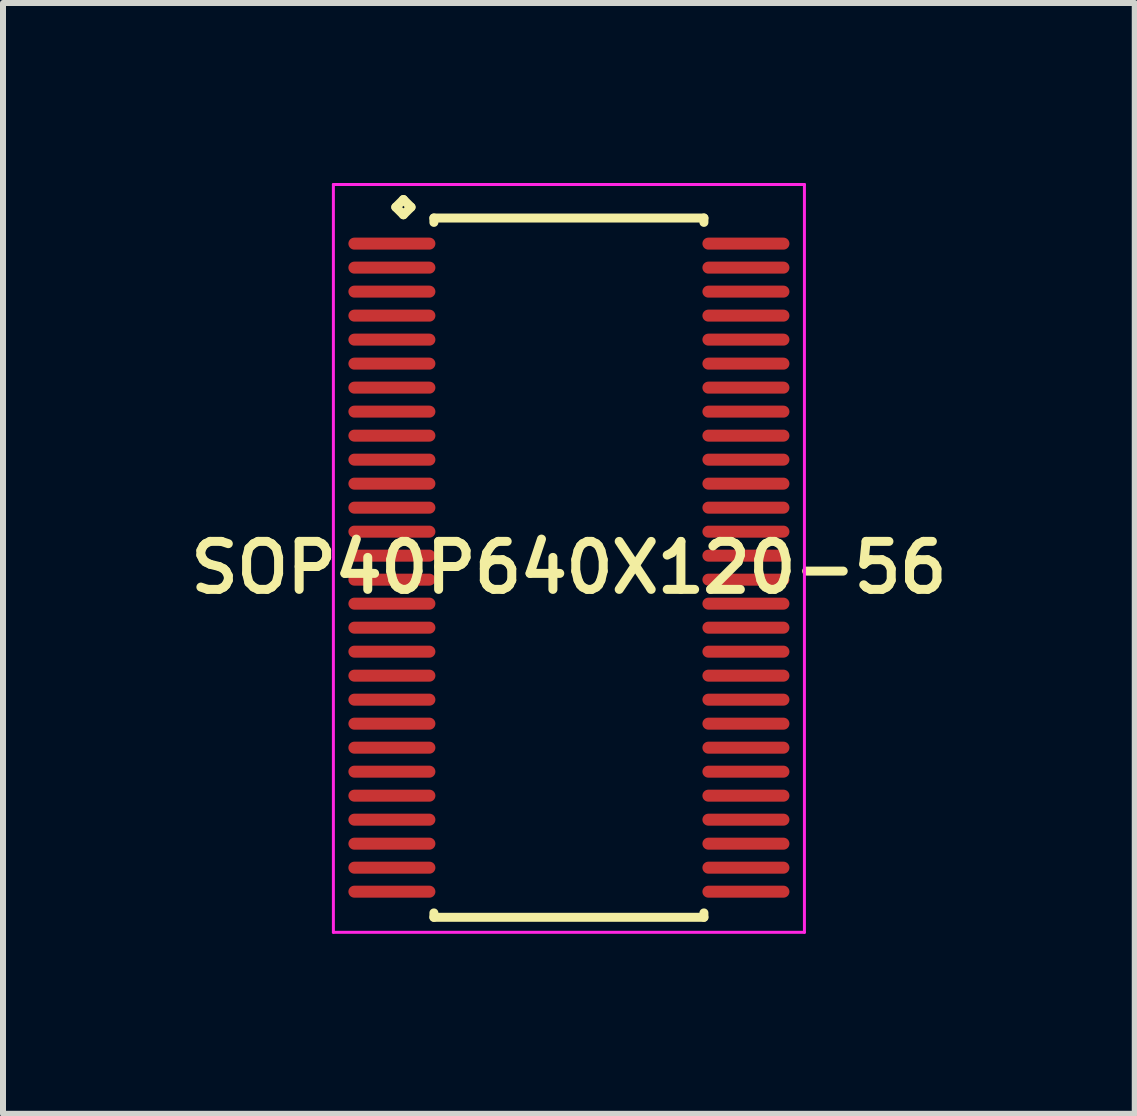
<source format=kicad_pcb>
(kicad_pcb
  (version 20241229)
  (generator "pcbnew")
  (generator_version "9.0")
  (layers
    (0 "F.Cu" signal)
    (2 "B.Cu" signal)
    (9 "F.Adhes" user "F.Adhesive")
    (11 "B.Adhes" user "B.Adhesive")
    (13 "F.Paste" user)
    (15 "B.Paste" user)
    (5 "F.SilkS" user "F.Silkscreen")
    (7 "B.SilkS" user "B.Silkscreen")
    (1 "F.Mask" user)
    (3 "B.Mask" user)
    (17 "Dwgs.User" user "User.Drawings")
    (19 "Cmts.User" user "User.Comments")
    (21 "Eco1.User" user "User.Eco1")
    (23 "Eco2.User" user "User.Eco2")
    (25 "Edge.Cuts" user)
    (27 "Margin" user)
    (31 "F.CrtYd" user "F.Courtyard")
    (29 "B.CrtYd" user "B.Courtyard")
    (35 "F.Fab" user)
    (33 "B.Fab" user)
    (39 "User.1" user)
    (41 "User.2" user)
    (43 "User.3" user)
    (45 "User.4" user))
  (footprint "SOP40P640X120-56"
    (layer "F.Cu")
    (at 6.431 6.41)
    (property "Reference" "SOP40P640X120-56" (at 0 0 0) (layer "F.SilkS") (effects (font (size 0.8 0.8) (thickness 0.15))))
    (attr smd)
    (fp_line (start -2.885 -6.008) (end -2.758 -6.135) (stroke (width 0.15) (type solid)) (layer "F.SilkS"))
    (fp_line (start -2.758 -6.135) (end -2.631 -6.008) (stroke (width 0.15) (type solid)) (layer "F.SilkS"))
    (fp_line (start -2.758 -5.881) (end -2.885 -6.008) (stroke (width 0.15) (type solid)) (layer "F.SilkS"))
    (fp_line (start -2.631 -6.008) (end -2.758 -5.881) (stroke (width 0.15) (type solid)) (layer "F.SilkS"))
    (fp_line (start -2.25 -5.827) (end 2.25 -5.827) (stroke (width 0.15) (type solid)) (layer "F.SilkS"))
    (fp_line (start -2.25 -5.754) (end -2.25 -5.827) (stroke (width 0.15) (type solid)) (layer "F.SilkS"))
    (fp_line (start -2.25 5.754) (end -2.25 5.827) (stroke (width 0.15) (type solid)) (layer "F.SilkS"))
    (fp_line (start -2.25 5.827) (end 2.25 5.827) (stroke (width 0.15) (type solid)) (layer "F.SilkS"))
    (fp_line (start 2.25 -5.827) (end 2.25 -5.754) (stroke (width 0.15) (type solid)) (layer "F.SilkS"))
    (fp_line (start 2.25 5.827) (end 2.25 5.754) (stroke (width 0.15) (type solid)) (layer "F.SilkS"))
    (fp_line (start -3.925 -6.385) (end 3.925 -6.385) (stroke (width 0.05) (type solid)) (layer "F.CrtYd"))
    (fp_line (start -3.925 6.077) (end -3.925 -6.385) (stroke (width 0.05) (type solid)) (layer "F.CrtYd"))
    (fp_line (start 3.925 -6.385) (end 3.925 6.077) (stroke (width 0.05) (type solid)) (layer "F.CrtYd"))
    (fp_line (start 3.925 6.077) (end -3.925 6.077) (stroke (width 0.05) (type solid)) (layer "F.CrtYd"))
    (pad "1" smd oval (at -2.95 -5.4) (size 1.45 0.2) (layers "F.Cu" "F.Mask" "F.Paste"))
    (pad "2" smd oval (at -2.95 -5) (size 1.45 0.2) (layers "F.Cu" "F.Mask" "F.Paste"))
    (pad "3" smd oval (at -2.95 -4.6) (size 1.45 0.2) (layers "F.Cu" "F.Mask" "F.Paste"))
    (pad "4" smd oval (at -2.95 -4.2) (size 1.45 0.2) (layers "F.Cu" "F.Mask" "F.Paste"))
    (pad "5" smd oval (at -2.95 -3.8) (size 1.45 0.2) (layers "F.Cu" "F.Mask" "F.Paste"))
    (pad "6" smd oval (at -2.95 -3.4) (size 1.45 0.2) (layers "F.Cu" "F.Mask" "F.Paste"))
    (pad "7" smd oval (at -2.95 -3) (size 1.45 0.2) (layers "F.Cu" "F.Mask" "F.Paste"))
    (pad "8" smd oval (at -2.95 -2.6) (size 1.45 0.2) (layers "F.Cu" "F.Mask" "F.Paste"))
    (pad "9" smd oval (at -2.95 -2.2) (size 1.45 0.2) (layers "F.Cu" "F.Mask" "F.Paste"))
    (pad "10" smd oval (at -2.95 -1.8) (size 1.45 0.2) (layers "F.Cu" "F.Mask" "F.Paste"))
    (pad "11" smd oval (at -2.95 -1.4) (size 1.45 0.2) (layers "F.Cu" "F.Mask" "F.Paste"))
    (pad "12" smd oval (at -2.95 -1) (size 1.45 0.2) (layers "F.Cu" "F.Mask" "F.Paste"))
    (pad "13" smd oval (at -2.95 -0.6) (size 1.45 0.2) (layers "F.Cu" "F.Mask" "F.Paste"))
    (pad "14" smd oval (at -2.95 -0.2) (size 1.45 0.2) (layers "F.Cu" "F.Mask" "F.Paste"))
    (pad "15" smd oval (at -2.95 0.2) (size 1.45 0.2) (layers "F.Cu" "F.Mask" "F.Paste"))
    (pad "16" smd oval (at -2.95 0.6) (size 1.45 0.2) (layers "F.Cu" "F.Mask" "F.Paste"))
    (pad "17" smd oval (at -2.95 1) (size 1.45 0.2) (layers "F.Cu" "F.Mask" "F.Paste"))
    (pad "18" smd oval (at -2.95 1.4) (size 1.45 0.2) (layers "F.Cu" "F.Mask" "F.Paste"))
    (pad "19" smd oval (at -2.95 1.8) (size 1.45 0.2) (layers "F.Cu" "F.Mask" "F.Paste"))
    (pad "20" smd oval (at -2.95 2.2) (size 1.45 0.2) (layers "F.Cu" "F.Mask" "F.Paste"))
    (pad "21" smd oval (at -2.95 2.6) (size 1.45 0.2) (layers "F.Cu" "F.Mask" "F.Paste"))
    (pad "22" smd oval (at -2.95 3) (size 1.45 0.2) (layers "F.Cu" "F.Mask" "F.Paste"))
    (pad "23" smd oval (at -2.95 3.4) (size 1.45 0.2) (layers "F.Cu" "F.Mask" "F.Paste"))
    (pad "24" smd oval (at -2.95 3.8) (size 1.45 0.2) (layers "F.Cu" "F.Mask" "F.Paste"))
    (pad "25" smd oval (at -2.95 4.2) (size 1.45 0.2) (layers "F.Cu" "F.Mask" "F.Paste"))
    (pad "26" smd oval (at -2.95 4.6) (size 1.45 0.2) (layers "F.Cu" "F.Mask" "F.Paste"))
    (pad "27" smd oval (at -2.95 5) (size 1.45 0.2) (layers "F.Cu" "F.Mask" "F.Paste"))
    (pad "28" smd oval (at -2.95 5.4) (size 1.45 0.2) (layers "F.Cu" "F.Mask" "F.Paste"))
    (pad "29" smd oval (at 2.95 5.4) (size 1.45 0.2) (layers "F.Cu" "F.Mask" "F.Paste"))
    (pad "30" smd oval (at 2.95 5) (size 1.45 0.2) (layers "F.Cu" "F.Mask" "F.Paste"))
    (pad "31" smd oval (at 2.95 4.6) (size 1.45 0.2) (layers "F.Cu" "F.Mask" "F.Paste"))
    (pad "32" smd oval (at 2.95 4.2) (size 1.45 0.2) (layers "F.Cu" "F.Mask" "F.Paste"))
    (pad "33" smd oval (at 2.95 3.8) (size 1.45 0.2) (layers "F.Cu" "F.Mask" "F.Paste"))
    (pad "34" smd oval (at 2.95 3.4) (size 1.45 0.2) (layers "F.Cu" "F.Mask" "F.Paste"))
    (pad "35" smd oval (at 2.95 3) (size 1.45 0.2) (layers "F.Cu" "F.Mask" "F.Paste"))
    (pad "36" smd oval (at 2.95 2.6) (size 1.45 0.2) (layers "F.Cu" "F.Mask" "F.Paste"))
    (pad "37" smd oval (at 2.95 2.2) (size 1.45 0.2) (layers "F.Cu" "F.Mask" "F.Paste"))
    (pad "38" smd oval (at 2.95 1.8) (size 1.45 0.2) (layers "F.Cu" "F.Mask" "F.Paste"))
    (pad "39" smd oval (at 2.95 1.4) (size 1.45 0.2) (layers "F.Cu" "F.Mask" "F.Paste"))
    (pad "40" smd oval (at 2.95 1) (size 1.45 0.2) (layers "F.Cu" "F.Mask" "F.Paste"))
    (pad "41" smd oval (at 2.95 0.6) (size 1.45 0.2) (layers "F.Cu" "F.Mask" "F.Paste"))
    (pad "42" smd oval (at 2.95 0.2) (size 1.45 0.2) (layers "F.Cu" "F.Mask" "F.Paste"))
    (pad "43" smd oval (at 2.95 -0.2) (size 1.45 0.2) (layers "F.Cu" "F.Mask" "F.Paste"))
    (pad "44" smd oval (at 2.95 -0.6) (size 1.45 0.2) (layers "F.Cu" "F.Mask" "F.Paste"))
    (pad "45" smd oval (at 2.95 -1) (size 1.45 0.2) (layers "F.Cu" "F.Mask" "F.Paste"))
    (pad "46" smd oval (at 2.95 -1.4) (size 1.45 0.2) (layers "F.Cu" "F.Mask" "F.Paste"))
    (pad "47" smd oval (at 2.95 -1.8) (size 1.45 0.2) (layers "F.Cu" "F.Mask" "F.Paste"))
    (pad "48" smd oval (at 2.95 -2.2) (size 1.45 0.2) (layers "F.Cu" "F.Mask" "F.Paste"))
    (pad "49" smd oval (at 2.95 -2.6) (size 1.45 0.2) (layers "F.Cu" "F.Mask" "F.Paste"))
    (pad "50" smd oval (at 2.95 -3) (size 1.45 0.2) (layers "F.Cu" "F.Mask" "F.Paste"))
    (pad "51" smd oval (at 2.95 -3.4) (size 1.45 0.2) (layers "F.Cu" "F.Mask" "F.Paste"))
    (pad "52" smd oval (at 2.95 -3.8) (size 1.45 0.2) (layers "F.Cu" "F.Mask" "F.Paste"))
    (pad "53" smd oval (at 2.95 -4.2) (size 1.45 0.2) (layers "F.Cu" "F.Mask" "F.Paste"))
    (pad "54" smd oval (at 2.95 -4.6) (size 1.45 0.2) (layers "F.Cu" "F.Mask" "F.Paste"))
    (pad "55" smd oval (at 2.95 -5) (size 1.45 0.2) (layers "F.Cu" "F.Mask" "F.Paste"))
    (pad "56" smd oval (at 2.95 -5.4) (size 1.45 0.2) (layers "F.Cu" "F.Mask" "F.Paste")))
  (gr_rect
    (start -3 -3)
    (end 15.861 15.512)
    (stroke (width 0.1) (type default))
    (fill no)
    (layer "Edge.Cuts")))
</source>
